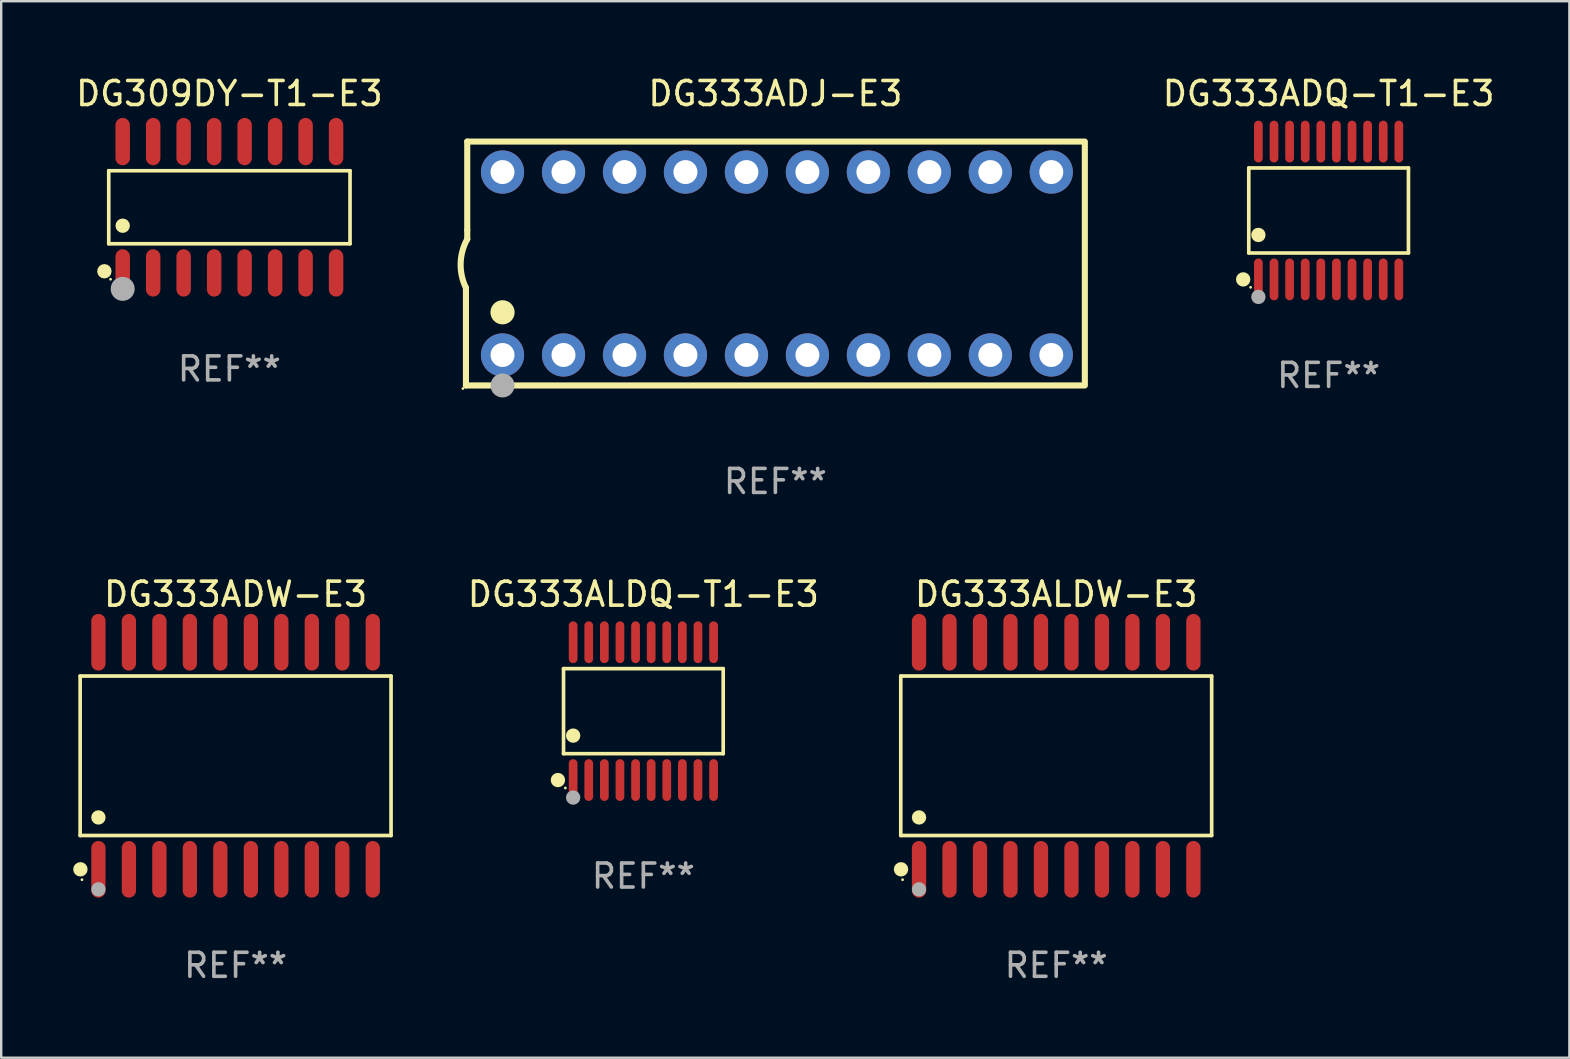
<source format=kicad_pcb>
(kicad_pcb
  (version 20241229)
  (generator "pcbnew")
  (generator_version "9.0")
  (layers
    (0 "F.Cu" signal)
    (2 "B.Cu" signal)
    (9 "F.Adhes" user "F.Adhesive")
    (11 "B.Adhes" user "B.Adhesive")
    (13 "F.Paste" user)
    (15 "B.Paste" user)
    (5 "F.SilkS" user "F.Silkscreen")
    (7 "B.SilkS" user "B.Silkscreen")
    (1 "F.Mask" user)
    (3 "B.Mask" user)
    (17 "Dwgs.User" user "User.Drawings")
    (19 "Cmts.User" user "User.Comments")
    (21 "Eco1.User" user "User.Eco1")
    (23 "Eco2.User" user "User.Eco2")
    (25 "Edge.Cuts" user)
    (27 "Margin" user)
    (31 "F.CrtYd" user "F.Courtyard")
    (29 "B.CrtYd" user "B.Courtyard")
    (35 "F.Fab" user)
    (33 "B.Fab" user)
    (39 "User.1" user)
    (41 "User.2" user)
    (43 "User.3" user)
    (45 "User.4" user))
  (footprint "DG333ADJ-E3"
    (layer "F.Cu")
    (at 29.252 7.928)
    (property "Reference" "DG333ADJ-E3" (at 0 -7.08 0) (layer "F.SilkS") (effects (font (size 1 1) (thickness 0.15))))
    (attr through_hole)
    (fp_line (start -12.891 5.08) (end -12.891 1.016) (stroke (width 0.254) (type solid)) (layer "F.SilkS"))
    (fp_line (start -12.891 5.08) (end 12.891 5.08) (stroke (width 0.254) (type solid)) (layer "F.SilkS"))
    (fp_line (start -12.837 -5.08) (end -12.837 -1.397) (stroke (width 0.254) (type solid)) (layer "F.SilkS"))
    (fp_line (start -12.837 -5.08) (end 12.891 -5.08) (stroke (width 0.254) (type solid)) (layer "F.SilkS"))
    (fp_line (start -12.837 -1.397) (end -12.837 -1.016) (stroke (width 0.254) (type solid)) (layer "F.SilkS"))
    (fp_line (start 12.891 -5) (end 12.891 5) (stroke (width 0.254) (type solid)) (layer "F.SilkS"))
    (fp_arc (start -12.890526 1.016002) (mid -13.111945 -0.006602) (end -12.836525 -1.016002) (stroke (width 0.254001) (type solid)) (layer "F.SilkS"))
    (fp_circle (center -13.018 5.207) (end -12.988 5.207) (stroke (width 0.06) (type solid)) (fill no) (layer "F.SilkS"))
    (fp_circle (center -11.367 2.032) (end -11.113 2.032) (stroke (width 0.5) (type solid)) (fill no) (layer "F.SilkS"))
    (fp_circle (center -11.367 5.08) (end -11.117 5.08) (stroke (width 0.5) (type solid)) (fill no) (layer "F.Fab"))
    (fp_text user "REF**" (at 0 9.08 0) (layer "F.Fab") (effects (font (size 1 1) (thickness 0.15))))
    (pad "1" thru_hole circle (at -11.367 3.81) (size 1.8 1.8) (drill 1) (layers "*.Cu" "*.Mask"))
    (pad "2" thru_hole circle (at -8.827 3.81) (size 1.8 1.8) (drill 1) (layers "*.Cu" "*.Mask"))
    (pad "3" thru_hole circle (at -6.287 3.81) (size 1.8 1.8) (drill 1) (layers "*.Cu" "*.Mask"))
    (pad "4" thru_hole circle (at -3.747 3.81) (size 1.8 1.8) (drill 1) (layers "*.Cu" "*.Mask"))
    (pad "5" thru_hole circle (at -1.207 3.81) (size 1.8 1.8) (drill 1) (layers "*.Cu" "*.Mask"))
    (pad "6" thru_hole circle (at 1.334 3.81) (size 1.8 1.8) (drill 1) (layers "*.Cu" "*.Mask"))
    (pad "7" thru_hole circle (at 3.874 3.81) (size 1.8 1.8) (drill 1) (layers "*.Cu" "*.Mask"))
    (pad "8" thru_hole circle (at 6.414 3.81) (size 1.8 1.8) (drill 1) (layers "*.Cu" "*.Mask"))
    (pad "9" thru_hole circle (at 8.954 3.81) (size 1.8 1.8) (drill 1) (layers "*.Cu" "*.Mask"))
    (pad "10" thru_hole circle (at 11.494 3.81) (size 1.8 1.8) (drill 1) (layers "*.Cu" "*.Mask"))
    (pad "11" thru_hole circle (at 11.494 -3.81) (size 1.8 1.8) (drill 1) (layers "*.Cu" "*.Mask"))
    (pad "12" thru_hole circle (at 8.954 -3.81) (size 1.8 1.8) (drill 1) (layers "*.Cu" "*.Mask"))
    (pad "13" thru_hole circle (at 6.414 -3.81) (size 1.8 1.8) (drill 1) (layers "*.Cu" "*.Mask"))
    (pad "14" thru_hole circle (at 3.874 -3.81) (size 1.8 1.8) (drill 1) (layers "*.Cu" "*.Mask"))
    (pad "15" thru_hole circle (at 1.334 -3.81) (size 1.8 1.8) (drill 1) (layers "*.Cu" "*.Mask"))
    (pad "16" thru_hole circle (at -1.207 -3.81) (size 1.8 1.8) (drill 1) (layers "*.Cu" "*.Mask"))
    (pad "17" thru_hole circle (at -3.747 -3.81) (size 1.8 1.8) (drill 1) (layers "*.Cu" "*.Mask"))
    (pad "18" thru_hole circle (at -6.287 -3.81) (size 1.8 1.8) (drill 1) (layers "*.Cu" "*.Mask"))
    (pad "19" thru_hole circle (at -8.827 -3.81) (size 1.8 1.8) (drill 1) (layers "*.Cu" "*.Mask"))
    (pad "20" thru_hole circle (at -11.367 -3.81) (size 1.8 1.8) (drill 1) (layers "*.Cu" "*.Mask")))
  (footprint "DG309DY-T1-E3"
    (layer "F.Cu")
    (at 6.506 5.584)
    (property "Reference" "DG309DY-T1-E3" (at 0 -4.736 0) (layer "F.SilkS") (effects (font (size 1 1) (thickness 0.15))))
    (attr through_hole)
    (fp_line (start -5.026 -1.521) (end 5.026 -1.521) (stroke (width 0.152) (type solid)) (layer "F.SilkS"))
    (fp_line (start -5.026 1.521) (end -5.026 -1.521) (stroke (width 0.152) (type solid)) (layer "F.SilkS"))
    (fp_line (start 5.026 -1.521) (end 5.026 1.521) (stroke (width 0.152) (type solid)) (layer "F.SilkS"))
    (fp_line (start 5.026 1.521) (end -5.026 1.521) (stroke (width 0.152) (type solid)) (layer "F.SilkS"))
    (fp_circle (center -5.207 2.667) (end -5.057 2.667) (stroke (width 0.3) (type solid)) (fill no) (layer "F.SilkS"))
    (fp_circle (center -4.95 3) (end -4.92 3) (stroke (width 0.06) (type solid)) (fill no) (layer "F.SilkS"))
    (fp_circle (center -4.445 0.769) (end -4.295 0.769) (stroke (width 0.3) (type solid)) (fill no) (layer "F.SilkS"))
    (fp_circle (center -4.445 3.4) (end -4.195 3.4) (stroke (width 0.5) (type solid)) (fill no) (layer "F.Fab"))
    (fp_text user "REF**" (at 0 6.736 0) (layer "F.Fab") (effects (font (size 1 1) (thickness 0.15))))
    (pad "1" smd oval (at -4.445 2.736) (size 0.602 1.971) (layers "F.Cu" "F.Mask" "F.Paste"))
    (pad "2" smd oval (at -3.175 2.736) (size 0.602 1.971) (layers "F.Cu" "F.Mask" "F.Paste"))
    (pad "3" smd oval (at -1.905 2.736) (size 0.602 1.971) (layers "F.Cu" "F.Mask" "F.Paste"))
    (pad "4" smd oval (at -0.635 2.736) (size 0.602 1.971) (layers "F.Cu" "F.Mask" "F.Paste"))
    (pad "5" smd oval (at 0.635 2.736) (size 0.602 1.971) (layers "F.Cu" "F.Mask" "F.Paste"))
    (pad "6" smd oval (at 1.905 2.736) (size 0.602 1.971) (layers "F.Cu" "F.Mask" "F.Paste"))
    (pad "7" smd oval (at 3.175 2.736) (size 0.602 1.971) (layers "F.Cu" "F.Mask" "F.Paste"))
    (pad "8" smd oval (at 4.445 2.736) (size 0.602 1.971) (layers "F.Cu" "F.Mask" "F.Paste"))
    (pad "9" smd oval (at 4.445 -2.736) (size 0.602 1.971) (layers "F.Cu" "F.Mask" "F.Paste"))
    (pad "10" smd oval (at 3.175 -2.736) (size 0.602 1.971) (layers "F.Cu" "F.Mask" "F.Paste"))
    (pad "11" smd oval (at 1.905 -2.736) (size 0.602 1.971) (layers "F.Cu" "F.Mask" "F.Paste"))
    (pad "12" smd oval (at 0.635 -2.736) (size 0.602 1.971) (layers "F.Cu" "F.Mask" "F.Paste"))
    (pad "13" smd oval (at -0.635 -2.736) (size 0.602 1.971) (layers "F.Cu" "F.Mask" "F.Paste"))
    (pad "14" smd oval (at -1.905 -2.736) (size 0.602 1.971) (layers "F.Cu" "F.Mask" "F.Paste"))
    (pad "15" smd oval (at -3.175 -2.736) (size 0.602 1.971) (layers "F.Cu" "F.Mask" "F.Paste"))
    (pad "16" smd oval (at -4.445 -2.736) (size 0.602 1.971) (layers "F.Cu" "F.Mask" "F.Paste")))
  (footprint "DG333ALDQ-T1-E3"
    (layer "F.Cu")
    (at 23.752 26.576)
    (property "Reference" "DG333ALDQ-T1-E3" (at 0 -4.871 0) (layer "F.SilkS") (effects (font (size 1 1) (thickness 0.15))))
    (attr through_hole)
    (fp_line (start -3.326 -1.771) (end 3.326 -1.771) (stroke (width 0.152) (type solid)) (layer "F.SilkS"))
    (fp_line (start -3.326 1.771) (end -3.326 -1.771) (stroke (width 0.152) (type solid)) (layer "F.SilkS"))
    (fp_line (start 3.326 -1.771) (end 3.326 1.771) (stroke (width 0.152) (type solid)) (layer "F.SilkS"))
    (fp_line (start 3.326 1.771) (end -3.326 1.771) (stroke (width 0.152) (type solid)) (layer "F.SilkS"))
    (fp_circle (center -3.559 2.871) (end -3.409 2.871) (stroke (width 0.3) (type solid)) (fill no) (layer "F.SilkS"))
    (fp_circle (center -3.25 3.2) (end -3.22 3.2) (stroke (width 0.06) (type solid)) (fill no) (layer "F.SilkS"))
    (fp_circle (center -2.925 1.019) (end -2.775 1.019) (stroke (width 0.3) (type solid)) (fill no) (layer "F.SilkS"))
    (fp_circle (center -2.925 3.6) (end -2.775 3.6) (stroke (width 0.3) (type solid)) (fill no) (layer "F.Fab"))
    (fp_text user "REF**" (at 0 6.871 0) (layer "F.Fab") (effects (font (size 1 1) (thickness 0.15))))
    (pad "1" smd oval (at -2.925 2.871) (size 0.364 1.742) (layers "F.Cu" "F.Mask" "F.Paste"))
    (pad "2" smd oval (at -2.275 2.871) (size 0.364 1.742) (layers "F.Cu" "F.Mask" "F.Paste"))
    (pad "3" smd oval (at -1.625 2.871) (size 0.364 1.742) (layers "F.Cu" "F.Mask" "F.Paste"))
    (pad "4" smd oval (at -0.975 2.871) (size 0.364 1.742) (layers "F.Cu" "F.Mask" "F.Paste"))
    (pad "5" smd oval (at -0.325 2.871) (size 0.364 1.742) (layers "F.Cu" "F.Mask" "F.Paste"))
    (pad "6" smd oval (at 0.325 2.871) (size 0.364 1.742) (layers "F.Cu" "F.Mask" "F.Paste"))
    (pad "7" smd oval (at 0.975 2.871) (size 0.364 1.742) (layers "F.Cu" "F.Mask" "F.Paste"))
    (pad "8" smd oval (at 1.625 2.871) (size 0.364 1.742) (layers "F.Cu" "F.Mask" "F.Paste"))
    (pad "9" smd oval (at 2.275 2.871) (size 0.364 1.742) (layers "F.Cu" "F.Mask" "F.Paste"))
    (pad "10" smd oval (at 2.925 2.871) (size 0.364 1.742) (layers "F.Cu" "F.Mask" "F.Paste"))
    (pad "11" smd oval (at 2.925 -2.871) (size 0.364 1.742) (layers "F.Cu" "F.Mask" "F.Paste"))
    (pad "12" smd oval (at 2.275 -2.871) (size 0.364 1.742) (layers "F.Cu" "F.Mask" "F.Paste"))
    (pad "13" smd oval (at 1.625 -2.871) (size 0.364 1.742) (layers "F.Cu" "F.Mask" "F.Paste"))
    (pad "14" smd oval (at 0.975 -2.871) (size 0.364 1.742) (layers "F.Cu" "F.Mask" "F.Paste"))
    (pad "15" smd oval (at 0.325 -2.871) (size 0.364 1.742) (layers "F.Cu" "F.Mask" "F.Paste"))
    (pad "16" smd oval (at -0.325 -2.871) (size 0.364 1.742) (layers "F.Cu" "F.Mask" "F.Paste"))
    (pad "17" smd oval (at -0.975 -2.871) (size 0.364 1.742) (layers "F.Cu" "F.Mask" "F.Paste"))
    (pad "18" smd oval (at -1.625 -2.871) (size 0.364 1.742) (layers "F.Cu" "F.Mask" "F.Paste"))
    (pad "19" smd oval (at -2.275 -2.871) (size 0.364 1.742) (layers "F.Cu" "F.Mask" "F.Paste"))
    (pad "20" smd oval (at -2.925 -2.871) (size 0.364 1.742) (layers "F.Cu" "F.Mask" "F.Paste")))
  (footprint "DG333ALDW-E3"
    (layer "F.Cu")
    (at 40.951 28.435)
    (property "Reference" "DG333ALDW-E3" (at 0 -6.73 0) (layer "F.SilkS") (effects (font (size 1 1) (thickness 0.15))))
    (attr through_hole)
    (fp_line (start -6.476 -3.321) (end 6.476 -3.321) (stroke (width 0.152) (type solid)) (layer "F.SilkS"))
    (fp_line (start -6.476 3.321) (end -6.476 -3.321) (stroke (width 0.152) (type solid)) (layer "F.SilkS"))
    (fp_line (start 6.476 -3.321) (end 6.476 3.321) (stroke (width 0.152) (type solid)) (layer "F.SilkS"))
    (fp_line (start 6.476 3.321) (end -6.476 3.321) (stroke (width 0.152) (type solid)) (layer "F.SilkS"))
    (fp_circle (center -6.465 4.73) (end -6.315 4.73) (stroke (width 0.3) (type solid)) (fill no) (layer "F.SilkS"))
    (fp_circle (center -6.4 5.163) (end -6.37 5.163) (stroke (width 0.06) (type solid)) (fill no) (layer "F.SilkS"))
    (fp_circle (center -5.715 2.569) (end -5.565 2.569) (stroke (width 0.3) (type solid)) (fill no) (layer "F.SilkS"))
    (fp_circle (center -5.715 5.563) (end -5.565 5.563) (stroke (width 0.3) (type solid)) (fill no) (layer "F.Fab"))
    (fp_text user "REF**" (at 0 8.73 0) (layer "F.Fab") (effects (font (size 1 1) (thickness 0.15))))
    (pad "1" smd oval (at -5.715 4.73) (size 0.595 2.36) (layers "F.Cu" "F.Mask" "F.Paste"))
    (pad "2" smd oval (at -4.445 4.73) (size 0.595 2.36) (layers "F.Cu" "F.Mask" "F.Paste"))
    (pad "3" smd oval (at -3.175 4.73) (size 0.595 2.36) (layers "F.Cu" "F.Mask" "F.Paste"))
    (pad "4" smd oval (at -1.905 4.73) (size 0.595 2.36) (layers "F.Cu" "F.Mask" "F.Paste"))
    (pad "5" smd oval (at -0.635 4.73) (size 0.595 2.36) (layers "F.Cu" "F.Mask" "F.Paste"))
    (pad "6" smd oval (at 0.635 4.73) (size 0.595 2.36) (layers "F.Cu" "F.Mask" "F.Paste"))
    (pad "7" smd oval (at 1.905 4.73) (size 0.595 2.36) (layers "F.Cu" "F.Mask" "F.Paste"))
    (pad "8" smd oval (at 3.175 4.73) (size 0.595 2.36) (layers "F.Cu" "F.Mask" "F.Paste"))
    (pad "9" smd oval (at 4.445 4.73) (size 0.595 2.36) (layers "F.Cu" "F.Mask" "F.Paste"))
    (pad "10" smd oval (at 5.715 4.73) (size 0.595 2.36) (layers "F.Cu" "F.Mask" "F.Paste"))
    (pad "11" smd oval (at 5.715 -4.73) (size 0.595 2.36) (layers "F.Cu" "F.Mask" "F.Paste"))
    (pad "12" smd oval (at 4.445 -4.73) (size 0.595 2.36) (layers "F.Cu" "F.Mask" "F.Paste"))
    (pad "13" smd oval (at 3.175 -4.73) (size 0.595 2.36) (layers "F.Cu" "F.Mask" "F.Paste"))
    (pad "14" smd oval (at 1.905 -4.73) (size 0.595 2.36) (layers "F.Cu" "F.Mask" "F.Paste"))
    (pad "15" smd oval (at 0.635 -4.73) (size 0.595 2.36) (layers "F.Cu" "F.Mask" "F.Paste"))
    (pad "16" smd oval (at -0.635 -4.73) (size 0.595 2.36) (layers "F.Cu" "F.Mask" "F.Paste"))
    (pad "17" smd oval (at -1.905 -4.73) (size 0.595 2.36) (layers "F.Cu" "F.Mask" "F.Paste"))
    (pad "18" smd oval (at -3.175 -4.73) (size 0.595 2.36) (layers "F.Cu" "F.Mask" "F.Paste"))
    (pad "19" smd oval (at -4.445 -4.73) (size 0.595 2.36) (layers "F.Cu" "F.Mask" "F.Paste"))
    (pad "20" smd oval (at -5.715 -4.73) (size 0.595 2.36) (layers "F.Cu" "F.Mask" "F.Paste")))
  (footprint "DG333ADQ-T1-E3"
    (layer "F.Cu")
    (at 52.299 5.719)
    (property "Reference" "DG333ADQ-T1-E3" (at 0 -4.871 0) (layer "F.SilkS") (effects (font (size 1 1) (thickness 0.15))))
    (attr through_hole)
    (fp_line (start -3.326 -1.771) (end 3.326 -1.771) (stroke (width 0.152) (type solid)) (layer "F.SilkS"))
    (fp_line (start -3.326 1.771) (end -3.326 -1.771) (stroke (width 0.152) (type solid)) (layer "F.SilkS"))
    (fp_line (start 3.326 -1.771) (end 3.326 1.771) (stroke (width 0.152) (type solid)) (layer "F.SilkS"))
    (fp_line (start 3.326 1.771) (end -3.326 1.771) (stroke (width 0.152) (type solid)) (layer "F.SilkS"))
    (fp_circle (center -3.559 2.871) (end -3.409 2.871) (stroke (width 0.3) (type solid)) (fill no) (layer "F.SilkS"))
    (fp_circle (center -3.25 3.2) (end -3.22 3.2) (stroke (width 0.06) (type solid)) (fill no) (layer "F.SilkS"))
    (fp_circle (center -2.925 1.019) (end -2.775 1.019) (stroke (width 0.3) (type solid)) (fill no) (layer "F.SilkS"))
    (fp_circle (center -2.925 3.6) (end -2.775 3.6) (stroke (width 0.3) (type solid)) (fill no) (layer "F.Fab"))
    (fp_text user "REF**" (at 0 6.871 0) (layer "F.Fab") (effects (font (size 1 1) (thickness 0.15))))
    (pad "1" smd oval (at -2.925 2.871) (size 0.364 1.742) (layers "F.Cu" "F.Mask" "F.Paste"))
    (pad "2" smd oval (at -2.275 2.871) (size 0.364 1.742) (layers "F.Cu" "F.Mask" "F.Paste"))
    (pad "3" smd oval (at -1.625 2.871) (size 0.364 1.742) (layers "F.Cu" "F.Mask" "F.Paste"))
    (pad "4" smd oval (at -0.975 2.871) (size 0.364 1.742) (layers "F.Cu" "F.Mask" "F.Paste"))
    (pad "5" smd oval (at -0.325 2.871) (size 0.364 1.742) (layers "F.Cu" "F.Mask" "F.Paste"))
    (pad "6" smd oval (at 0.325 2.871) (size 0.364 1.742) (layers "F.Cu" "F.Mask" "F.Paste"))
    (pad "7" smd oval (at 0.975 2.871) (size 0.364 1.742) (layers "F.Cu" "F.Mask" "F.Paste"))
    (pad "8" smd oval (at 1.625 2.871) (size 0.364 1.742) (layers "F.Cu" "F.Mask" "F.Paste"))
    (pad "9" smd oval (at 2.275 2.871) (size 0.364 1.742) (layers "F.Cu" "F.Mask" "F.Paste"))
    (pad "10" smd oval (at 2.925 2.871) (size 0.364 1.742) (layers "F.Cu" "F.Mask" "F.Paste"))
    (pad "11" smd oval (at 2.925 -2.871) (size 0.364 1.742) (layers "F.Cu" "F.Mask" "F.Paste"))
    (pad "12" smd oval (at 2.275 -2.871) (size 0.364 1.742) (layers "F.Cu" "F.Mask" "F.Paste"))
    (pad "13" smd oval (at 1.625 -2.871) (size 0.364 1.742) (layers "F.Cu" "F.Mask" "F.Paste"))
    (pad "14" smd oval (at 0.975 -2.871) (size 0.364 1.742) (layers "F.Cu" "F.Mask" "F.Paste"))
    (pad "15" smd oval (at 0.325 -2.871) (size 0.364 1.742) (layers "F.Cu" "F.Mask" "F.Paste"))
    (pad "16" smd oval (at -0.325 -2.871) (size 0.364 1.742) (layers "F.Cu" "F.Mask" "F.Paste"))
    (pad "17" smd oval (at -0.975 -2.871) (size 0.364 1.742) (layers "F.Cu" "F.Mask" "F.Paste"))
    (pad "18" smd oval (at -1.625 -2.871) (size 0.364 1.742) (layers "F.Cu" "F.Mask" "F.Paste"))
    (pad "19" smd oval (at -2.275 -2.871) (size 0.364 1.742) (layers "F.Cu" "F.Mask" "F.Paste"))
    (pad "20" smd oval (at -2.925 -2.871) (size 0.364 1.742) (layers "F.Cu" "F.Mask" "F.Paste")))
  (footprint "DG333ADW-E3"
    (layer "F.Cu")
    (at 6.765 28.435)
    (property "Reference" "DG333ADW-E3" (at 0 -6.73 0) (layer "F.SilkS") (effects (font (size 1 1) (thickness 0.15))))
    (attr through_hole)
    (fp_line (start -6.476 -3.321) (end 6.476 -3.321) (stroke (width 0.152) (type solid)) (layer "F.SilkS"))
    (fp_line (start -6.476 3.321) (end -6.476 -3.321) (stroke (width 0.152) (type solid)) (layer "F.SilkS"))
    (fp_line (start 6.476 -3.321) (end 6.476 3.321) (stroke (width 0.152) (type solid)) (layer "F.SilkS"))
    (fp_line (start 6.476 3.321) (end -6.476 3.321) (stroke (width 0.152) (type solid)) (layer "F.SilkS"))
    (fp_circle (center -6.465 4.73) (end -6.315 4.73) (stroke (width 0.3) (type solid)) (fill no) (layer "F.SilkS"))
    (fp_circle (center -6.4 5.163) (end -6.37 5.163) (stroke (width 0.06) (type solid)) (fill no) (layer "F.SilkS"))
    (fp_circle (center -5.715 2.569) (end -5.565 2.569) (stroke (width 0.3) (type solid)) (fill no) (layer "F.SilkS"))
    (fp_circle (center -5.715 5.563) (end -5.565 5.563) (stroke (width 0.3) (type solid)) (fill no) (layer "F.Fab"))
    (fp_text user "REF**" (at 0 8.73 0) (layer "F.Fab") (effects (font (size 1 1) (thickness 0.15))))
    (pad "1" smd oval (at -5.715 4.73) (size 0.595 2.36) (layers "F.Cu" "F.Mask" "F.Paste"))
    (pad "2" smd oval (at -4.445 4.73) (size 0.595 2.36) (layers "F.Cu" "F.Mask" "F.Paste"))
    (pad "3" smd oval (at -3.175 4.73) (size 0.595 2.36) (layers "F.Cu" "F.Mask" "F.Paste"))
    (pad "4" smd oval (at -1.905 4.73) (size 0.595 2.36) (layers "F.Cu" "F.Mask" "F.Paste"))
    (pad "5" smd oval (at -0.635 4.73) (size 0.595 2.36) (layers "F.Cu" "F.Mask" "F.Paste"))
    (pad "6" smd oval (at 0.635 4.73) (size 0.595 2.36) (layers "F.Cu" "F.Mask" "F.Paste"))
    (pad "7" smd oval (at 1.905 4.73) (size 0.595 2.36) (layers "F.Cu" "F.Mask" "F.Paste"))
    (pad "8" smd oval (at 3.175 4.73) (size 0.595 2.36) (layers "F.Cu" "F.Mask" "F.Paste"))
    (pad "9" smd oval (at 4.445 4.73) (size 0.595 2.36) (layers "F.Cu" "F.Mask" "F.Paste"))
    (pad "10" smd oval (at 5.715 4.73) (size 0.595 2.36) (layers "F.Cu" "F.Mask" "F.Paste"))
    (pad "11" smd oval (at 5.715 -4.73) (size 0.595 2.36) (layers "F.Cu" "F.Mask" "F.Paste"))
    (pad "12" smd oval (at 4.445 -4.73) (size 0.595 2.36) (layers "F.Cu" "F.Mask" "F.Paste"))
    (pad "13" smd oval (at 3.175 -4.73) (size 0.595 2.36) (layers "F.Cu" "F.Mask" "F.Paste"))
    (pad "14" smd oval (at 1.905 -4.73) (size 0.595 2.36) (layers "F.Cu" "F.Mask" "F.Paste"))
    (pad "15" smd oval (at 0.635 -4.73) (size 0.595 2.36) (layers "F.Cu" "F.Mask" "F.Paste"))
    (pad "16" smd oval (at -0.635 -4.73) (size 0.595 2.36) (layers "F.Cu" "F.Mask" "F.Paste"))
    (pad "17" smd oval (at -1.905 -4.73) (size 0.595 2.36) (layers "F.Cu" "F.Mask" "F.Paste"))
    (pad "18" smd oval (at -3.175 -4.73) (size 0.595 2.36) (layers "F.Cu" "F.Mask" "F.Paste"))
    (pad "19" smd oval (at -4.445 -4.73) (size 0.595 2.36) (layers "F.Cu" "F.Mask" "F.Paste"))
    (pad "20" smd oval (at -5.715 -4.73) (size 0.595 2.36) (layers "F.Cu" "F.Mask" "F.Paste")))
  (gr_rect
    (start -3 -3)
    (end 62.329 41.013)
    (stroke (width 0.1) (type default))
    (fill no)
    (layer "Edge.Cuts")))
</source>
